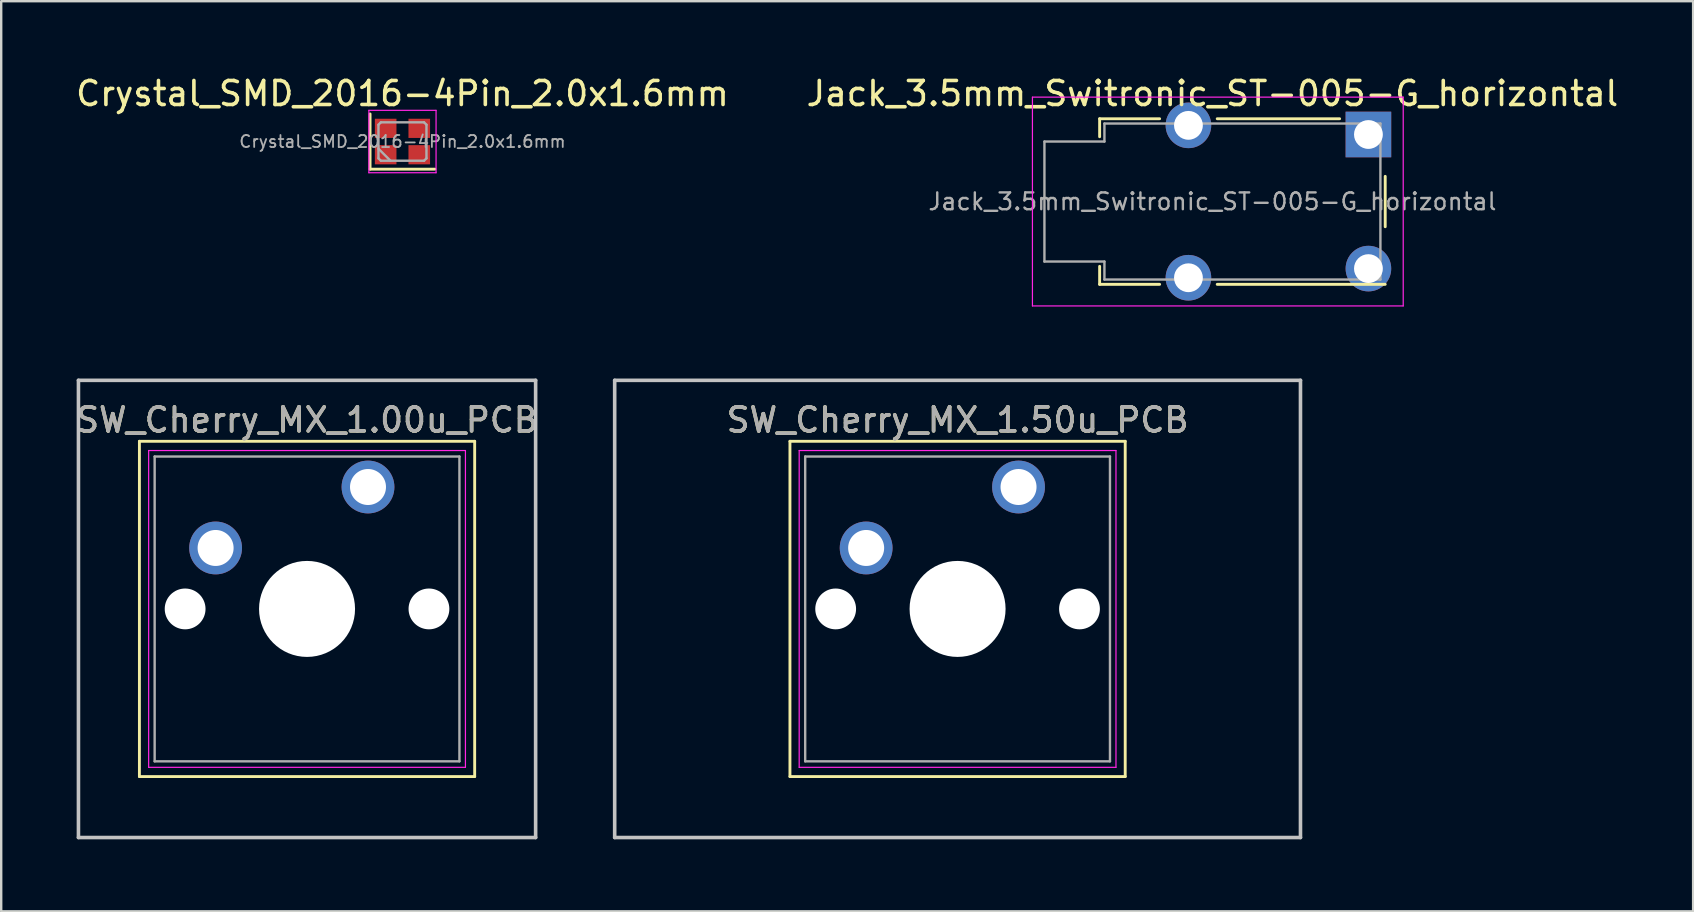
<source format=kicad_pcb>
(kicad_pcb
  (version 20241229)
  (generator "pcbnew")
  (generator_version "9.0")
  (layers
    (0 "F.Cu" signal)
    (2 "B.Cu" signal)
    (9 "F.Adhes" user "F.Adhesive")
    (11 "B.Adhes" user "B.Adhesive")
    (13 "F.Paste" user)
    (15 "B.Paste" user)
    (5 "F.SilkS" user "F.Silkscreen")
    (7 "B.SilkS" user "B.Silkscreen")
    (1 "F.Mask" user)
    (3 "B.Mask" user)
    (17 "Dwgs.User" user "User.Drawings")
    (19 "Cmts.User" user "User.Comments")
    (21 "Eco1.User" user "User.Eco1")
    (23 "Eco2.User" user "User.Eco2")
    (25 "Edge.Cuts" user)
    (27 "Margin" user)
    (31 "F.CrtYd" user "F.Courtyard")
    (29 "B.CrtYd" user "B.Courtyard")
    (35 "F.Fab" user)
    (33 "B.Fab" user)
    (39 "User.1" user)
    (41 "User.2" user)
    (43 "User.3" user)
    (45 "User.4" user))
  (footprint "Jack_3.5mm_Switronic_ST-005-G_horizontal"
    (layer "F.Cu")
    (at 47.47 5.348)
    (property "Reference" "Jack_3.5mm_Switronic_ST-005-G_horizontal" (at 0 -4.5 0) (layer "F.SilkS") (effects (font (size 1 1) (thickness 0.15))))
    (attr through_hole)
    (fp_line (start -4.7 -3.45) (end -2.2 -3.45) (stroke (width 0.12) (type solid)) (layer "F.SilkS"))
    (fp_line (start -4.7 -2.7) (end -4.7 -3.45) (stroke (width 0.12) (type solid)) (layer "F.SilkS"))
    (fp_line (start -4.7 3.45) (end -4.7 2.7) (stroke (width 0.12) (type solid)) (layer "F.SilkS"))
    (fp_line (start -2.2 3.45) (end -4.7 3.45) (stroke (width 0.12) (type solid)) (layer "F.SilkS"))
    (fp_line (start 0.2 -3.45) (end 5.3 -3.45) (stroke (width 0.12) (type solid)) (layer "F.SilkS"))
    (fp_line (start 0.2 3.45) (end 7.2 3.45) (stroke (width 0.12) (type solid)) (layer "F.SilkS"))
    (fp_line (start 7.2 -1.05) (end 7.2 1.05) (stroke (width 0.12) (type solid)) (layer "F.SilkS"))
    (fp_line (start -7.5 -4.35) (end -7.5 4.35) (stroke (width 0.05) (type solid)) (layer "F.CrtYd"))
    (fp_line (start -7.5 4.35) (end 7.95 4.35) (stroke (width 0.05) (type solid)) (layer "F.CrtYd"))
    (fp_line (start 7.95 -4.35) (end -7.5 -4.35) (stroke (width 0.05) (type solid)) (layer "F.CrtYd"))
    (fp_line (start 7.95 4.35) (end 7.95 -4.35) (stroke (width 0.05) (type solid)) (layer "F.CrtYd"))
    (fp_line (start -7 -2.5) (end -4.5 -2.5) (stroke (width 0.1) (type solid)) (layer "F.Fab"))
    (fp_line (start -7 2.5) (end -7 -2.5) (stroke (width 0.1) (type solid)) (layer "F.Fab"))
    (fp_line (start -4.5 -3.25) (end 7 -3.25) (stroke (width 0.1) (type solid)) (layer "F.Fab"))
    (fp_line (start -4.5 -2.5) (end -4.5 -3.25) (stroke (width 0.1) (type solid)) (layer "F.Fab"))
    (fp_line (start -4.5 2.5) (end -7 2.5) (stroke (width 0.1) (type solid)) (layer "F.Fab"))
    (fp_line (start -4.5 3.25) (end -4.5 2.5) (stroke (width 0.1) (type solid)) (layer "F.Fab"))
    (fp_line (start 7 -3.25) (end 7 3.25) (stroke (width 0.1) (type solid)) (layer "F.Fab"))
    (fp_line (start 7 3.25) (end -4.5 3.25) (stroke (width 0.1) (type solid)) (layer "F.Fab"))
    (fp_text user "${REFERENCE}" (at 0 0 0) (layer "F.Fab") (effects (font (size 0.7 0.7) (thickness 0.1))))
    (pad "R" thru_hole rect (at 6.5 -2.794) (size 1.9 1.9) (drill 1.2) (layers "*.Cu" "*.Mask"))
    (pad "S" thru_hole circle (at 6.5 2.794) (size 1.9 1.9) (drill 1.2) (layers "*.Cu" "*.Mask"))
    (pad "T" thru_hole circle (at -1 -3.175) (size 1.9 1.9) (drill 1.2) (layers "*.Cu" "*.Mask"))
    (pad "T" thru_hole circle (at -1 3.175) (size 1.9 1.9) (drill 1.2) (layers "*.Cu" "*.Mask")))
  (footprint "SW_Cherry_MX_1.50u_PCB"
    (layer "F.Cu")
    (at 39.391 17.243)
    (property "Reference" "SW_Cherry_MX_1.50u_PCB" (at -2.54 -2.794 0) (layer "F.SilkS") (effects (font (size 1 1) (thickness 0.15))))
    (attr through_hole)
    (fp_line (start -9.525 -1.905) (end 4.445 -1.905) (stroke (width 0.12) (type solid)) (layer "F.SilkS"))
    (fp_line (start -9.525 12.065) (end -9.525 -1.905) (stroke (width 0.12) (type solid)) (layer "F.SilkS"))
    (fp_line (start 4.445 -1.905) (end 4.445 12.065) (stroke (width 0.12) (type solid)) (layer "F.SilkS"))
    (fp_line (start 4.445 12.065) (end -9.525 12.065) (stroke (width 0.12) (type solid)) (layer "F.SilkS"))
    (fp_line (start -16.828 -4.445) (end 11.748 -4.445) (stroke (width 0.15) (type solid)) (layer "Dwgs.User"))
    (fp_line (start -16.828 14.605) (end -16.828 -4.445) (stroke (width 0.15) (type solid)) (layer "Dwgs.User"))
    (fp_line (start 11.748 -4.445) (end 11.748 14.605) (stroke (width 0.15) (type solid)) (layer "Dwgs.User"))
    (fp_line (start 11.748 14.605) (end -16.828 14.605) (stroke (width 0.15) (type solid)) (layer "Dwgs.User"))
    (fp_line (start -9.14 -1.52) (end 4.06 -1.52) (stroke (width 0.05) (type solid)) (layer "F.CrtYd"))
    (fp_line (start -9.14 11.68) (end -9.14 -1.52) (stroke (width 0.05) (type solid)) (layer "F.CrtYd"))
    (fp_line (start 4.06 -1.52) (end 4.06 11.68) (stroke (width 0.05) (type solid)) (layer "F.CrtYd"))
    (fp_line (start 4.06 11.68) (end -9.14 11.68) (stroke (width 0.05) (type solid)) (layer "F.CrtYd"))
    (fp_line (start -8.89 -1.27) (end 3.81 -1.27) (stroke (width 0.1) (type solid)) (layer "F.Fab"))
    (fp_line (start -8.89 11.43) (end -8.89 -1.27) (stroke (width 0.1) (type solid)) (layer "F.Fab"))
    (fp_line (start 3.81 -1.27) (end 3.81 11.43) (stroke (width 0.1) (type solid)) (layer "F.Fab"))
    (fp_line (start 3.81 11.43) (end -8.89 11.43) (stroke (width 0.1) (type solid)) (layer "F.Fab"))
    (fp_text user "${REFERENCE}" (at -2.54 -2.794 0) (layer "F.Fab") (effects (font (size 1 1) (thickness 0.15))))
    (pad "" np_thru_hole circle (at -7.62 5.08) (size 1.7 1.7) (drill 1.7) (layers "*.Cu" "*.Mask"))
    (pad "" np_thru_hole circle (at -2.54 5.08) (size 4 4) (drill 4) (layers "*.Cu" "*.Mask"))
    (pad "" np_thru_hole circle (at 2.54 5.08) (size 1.7 1.7) (drill 1.7) (layers "*.Cu" "*.Mask"))
    (pad "1" thru_hole circle (at 0 0) (size 2.2 2.2) (drill 1.5) (layers "*.Cu" "*.Mask"))
    (pad "2" thru_hole circle (at -6.35 2.54) (size 2.2 2.2) (drill 1.5) (layers "*.Cu" "*.Mask")))
  (footprint "Crystal_SMD_2016-4Pin_2.0x1.6mm"
    (layer "F.Cu")
    (at 13.72 2.848)
    (property "Reference" "Crystal_SMD_2016-4Pin_2.0x1.6mm" (at 0 -2 0) (layer "F.SilkS") (effects (font (size 1 1) (thickness 0.15))))
    (attr smd)
    (fp_line (start -1.35 -1.15) (end -1.35 1.15) (stroke (width 0.12) (type solid)) (layer "F.SilkS"))
    (fp_line (start -1.35 1.15) (end 1.35 1.15) (stroke (width 0.12) (type solid)) (layer "F.SilkS"))
    (fp_line (start -1.4 -1.3) (end -1.4 1.3) (stroke (width 0.05) (type solid)) (layer "F.CrtYd"))
    (fp_line (start -1.4 1.3) (end 1.4 1.3) (stroke (width 0.05) (type solid)) (layer "F.CrtYd"))
    (fp_line (start 1.4 -1.3) (end -1.4 -1.3) (stroke (width 0.05) (type solid)) (layer "F.CrtYd"))
    (fp_line (start 1.4 1.3) (end 1.4 -1.3) (stroke (width 0.05) (type solid)) (layer "F.CrtYd"))
    (fp_line (start -1 -0.7) (end -0.9 -0.8) (stroke (width 0.1) (type solid)) (layer "F.Fab"))
    (fp_line (start -1 0.3) (end -0.5 0.8) (stroke (width 0.1) (type solid)) (layer "F.Fab"))
    (fp_line (start -1 0.7) (end -1 -0.7) (stroke (width 0.1) (type solid)) (layer "F.Fab"))
    (fp_line (start -0.9 -0.8) (end 0.9 -0.8) (stroke (width 0.1) (type solid)) (layer "F.Fab"))
    (fp_line (start -0.9 0.8) (end -1 0.7) (stroke (width 0.1) (type solid)) (layer "F.Fab"))
    (fp_line (start 0.9 -0.8) (end 1 -0.7) (stroke (width 0.1) (type solid)) (layer "F.Fab"))
    (fp_line (start 0.9 0.8) (end -0.9 0.8) (stroke (width 0.1) (type solid)) (layer "F.Fab"))
    (fp_line (start 1 -0.7) (end 1 0.7) (stroke (width 0.1) (type solid)) (layer "F.Fab"))
    (fp_line (start 1 0.7) (end 0.9 0.8) (stroke (width 0.1) (type solid)) (layer "F.Fab"))
    (fp_text user "${REFERENCE}" (at 0 0 0) (layer "F.Fab") (effects (font (size 0.5 0.5) (thickness 0.075))))
    (pad "1" smd rect (at -0.7 0.55) (size 0.9 0.8) (layers "F.Cu" "F.Mask" "F.Paste"))
    (pad "2" smd rect (at 0.7 -0.55) (size 0.9 0.8) (layers "F.Cu" "F.Mask" "F.Paste"))
    (pad "3" smd rect (at 0.7 0.55) (size 0.9 0.8) (layers "F.Cu" "F.Mask" "F.Paste"))
    (pad "4" smd rect (at -0.7 -0.55) (size 0.9 0.8) (layers "F.Cu" "F.Mask" "F.Paste")))
  (footprint "SW_Cherry_MX_1.00u_PCB"
    (layer "F.Cu")
    (at 12.284 17.243)
    (property "Reference" "SW_Cherry_MX_1.00u_PCB" (at -2.54 -2.794 0) (layer "F.SilkS") (effects (font (size 1 1) (thickness 0.15))))
    (attr through_hole)
    (fp_line (start -9.525 -1.905) (end 4.445 -1.905) (stroke (width 0.12) (type solid)) (layer "F.SilkS"))
    (fp_line (start -9.525 12.065) (end -9.525 -1.905) (stroke (width 0.12) (type solid)) (layer "F.SilkS"))
    (fp_line (start 4.445 -1.905) (end 4.445 12.065) (stroke (width 0.12) (type solid)) (layer "F.SilkS"))
    (fp_line (start 4.445 12.065) (end -9.525 12.065) (stroke (width 0.12) (type solid)) (layer "F.SilkS"))
    (fp_line (start -12.065 -4.445) (end 6.985 -4.445) (stroke (width 0.15) (type solid)) (layer "Dwgs.User"))
    (fp_line (start -12.065 14.605) (end -12.065 -4.445) (stroke (width 0.15) (type solid)) (layer "Dwgs.User"))
    (fp_line (start 6.985 -4.445) (end 6.985 14.605) (stroke (width 0.15) (type solid)) (layer "Dwgs.User"))
    (fp_line (start 6.985 14.605) (end -12.065 14.605) (stroke (width 0.15) (type solid)) (layer "Dwgs.User"))
    (fp_line (start -9.14 -1.52) (end 4.06 -1.52) (stroke (width 0.05) (type solid)) (layer "F.CrtYd"))
    (fp_line (start -9.14 11.68) (end -9.14 -1.52) (stroke (width 0.05) (type solid)) (layer "F.CrtYd"))
    (fp_line (start 4.06 -1.52) (end 4.06 11.68) (stroke (width 0.05) (type solid)) (layer "F.CrtYd"))
    (fp_line (start 4.06 11.68) (end -9.14 11.68) (stroke (width 0.05) (type solid)) (layer "F.CrtYd"))
    (fp_line (start -8.89 -1.27) (end 3.81 -1.27) (stroke (width 0.1) (type solid)) (layer "F.Fab"))
    (fp_line (start -8.89 11.43) (end -8.89 -1.27) (stroke (width 0.1) (type solid)) (layer "F.Fab"))
    (fp_line (start 3.81 -1.27) (end 3.81 11.43) (stroke (width 0.1) (type solid)) (layer "F.Fab"))
    (fp_line (start 3.81 11.43) (end -8.89 11.43) (stroke (width 0.1) (type solid)) (layer "F.Fab"))
    (fp_text user "${REFERENCE}" (at -2.54 -2.794 0) (layer "F.Fab") (effects (font (size 1 1) (thickness 0.15))))
    (pad "" np_thru_hole circle (at -7.62 5.08) (size 1.7 1.7) (drill 1.7) (layers "*.Cu" "*.Mask"))
    (pad "" np_thru_hole circle (at -2.54 5.08) (size 4 4) (drill 4) (layers "*.Cu" "*.Mask"))
    (pad "" np_thru_hole circle (at 2.54 5.08) (size 1.7 1.7) (drill 1.7) (layers "*.Cu" "*.Mask"))
    (pad "1" thru_hole circle (at 0 0) (size 2.2 2.2) (drill 1.5) (layers "*.Cu" "*.Mask"))
    (pad "2" thru_hole circle (at -6.35 2.54) (size 2.2 2.2) (drill 1.5) (layers "*.Cu" "*.Mask")))
  (gr_rect
    (start -3 -3)
    (end 67.5 34.923)
    (stroke (width 0.1) (type default))
    (fill no)
    (layer "Edge.Cuts")))
</source>
